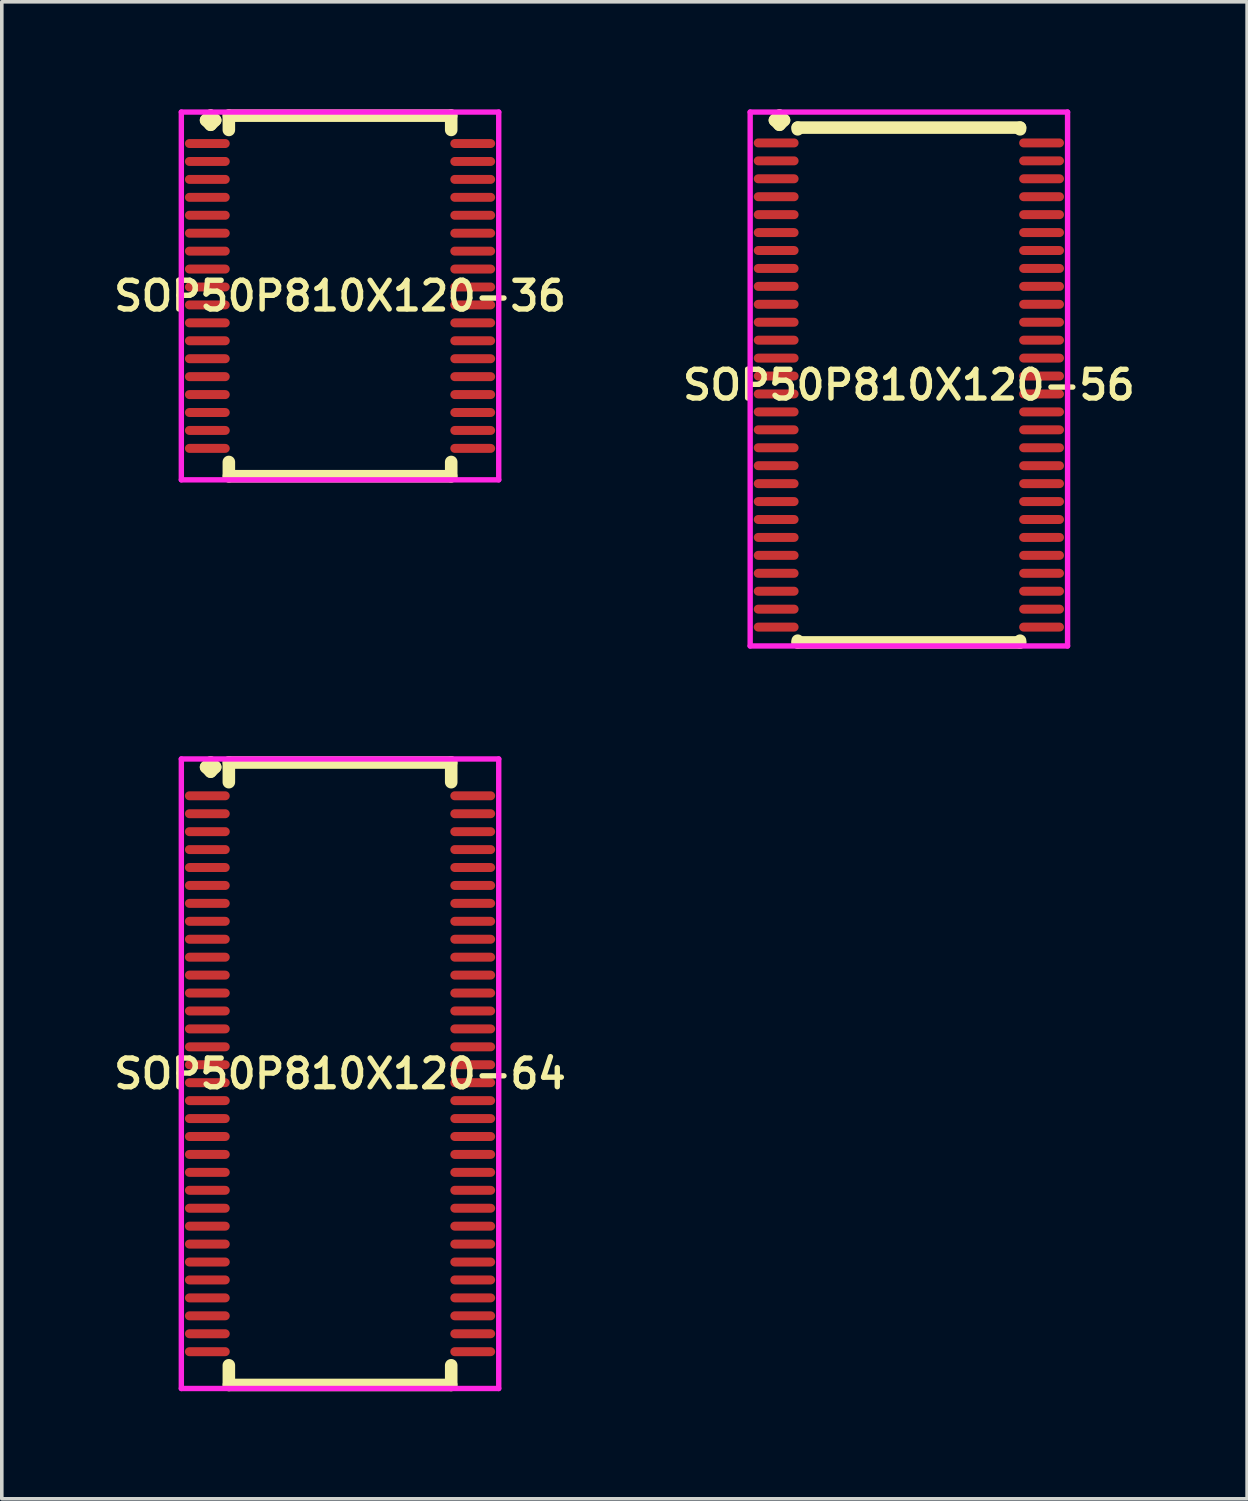
<source format=kicad_pcb>
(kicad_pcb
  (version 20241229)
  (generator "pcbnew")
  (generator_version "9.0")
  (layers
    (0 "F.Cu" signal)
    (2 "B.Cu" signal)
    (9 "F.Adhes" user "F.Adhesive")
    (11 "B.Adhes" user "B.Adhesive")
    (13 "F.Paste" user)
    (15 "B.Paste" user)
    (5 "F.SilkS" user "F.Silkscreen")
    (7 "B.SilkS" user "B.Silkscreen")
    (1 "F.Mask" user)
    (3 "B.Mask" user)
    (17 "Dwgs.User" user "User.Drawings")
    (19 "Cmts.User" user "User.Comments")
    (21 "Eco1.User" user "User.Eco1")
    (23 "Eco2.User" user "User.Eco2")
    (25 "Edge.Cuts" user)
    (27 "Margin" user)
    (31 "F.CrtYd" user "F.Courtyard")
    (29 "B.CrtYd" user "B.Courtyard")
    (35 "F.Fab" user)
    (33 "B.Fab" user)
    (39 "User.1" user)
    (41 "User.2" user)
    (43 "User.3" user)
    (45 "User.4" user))
  (footprint "SOP50P810X120-56"
    (layer "F.Cu")
    (at 22.292 7.685)
    (property "Reference" "SOP50P810X120-56" (at 0 0 0) (layer "F.SilkS") (effects (font (size 0.8 0.8) (thickness 0.15))))
    (attr smd)
    (fp_line (start -3.735 -7.383) (end -3.608 -7.51) (stroke (width 0.35) (type solid)) (layer "F.SilkS"))
    (fp_line (start -3.608 -7.51) (end -3.481 -7.383) (stroke (width 0.35) (type solid)) (layer "F.SilkS"))
    (fp_line (start -3.608 -7.256) (end -3.735 -7.383) (stroke (width 0.35) (type solid)) (layer "F.SilkS"))
    (fp_line (start -3.481 -7.383) (end -3.608 -7.256) (stroke (width 0.35) (type solid)) (layer "F.SilkS"))
    (fp_line (start -3.1 -7.177) (end 3.1 -7.177) (stroke (width 0.35) (type solid)) (layer "F.SilkS"))
    (fp_line (start -3.1 -7.129) (end -3.1 -7.177) (stroke (width 0.35) (type solid)) (layer "F.SilkS"))
    (fp_line (start -3.1 7.129) (end -3.1 7.177) (stroke (width 0.35) (type solid)) (layer "F.SilkS"))
    (fp_line (start -3.1 7.177) (end 3.1 7.177) (stroke (width 0.35) (type solid)) (layer "F.SilkS"))
    (fp_line (start 3.1 -7.177) (end 3.1 -7.129) (stroke (width 0.35) (type solid)) (layer "F.SilkS"))
    (fp_line (start 3.1 7.177) (end 3.1 7.129) (stroke (width 0.35) (type solid)) (layer "F.SilkS"))
    (fp_line (start -4.425 -7.61) (end 4.425 -7.61) (stroke (width 0.15) (type solid)) (layer "F.CrtYd"))
    (fp_line (start -4.425 7.277) (end -4.425 -7.61) (stroke (width 0.15) (type solid)) (layer "F.CrtYd"))
    (fp_line (start 4.425 -7.61) (end 4.425 7.277) (stroke (width 0.15) (type solid)) (layer "F.CrtYd"))
    (fp_line (start 4.425 7.277) (end -4.425 7.277) (stroke (width 0.15) (type solid)) (layer "F.CrtYd"))
    (pad "1" smd oval (at -3.7 -6.75) (size 1.25 0.25) (layers "F.Cu" "F.Mask" "F.Paste"))
    (pad "2" smd oval (at -3.7 -6.25) (size 1.25 0.25) (layers "F.Cu" "F.Mask" "F.Paste"))
    (pad "3" smd oval (at -3.7 -5.75) (size 1.25 0.25) (layers "F.Cu" "F.Mask" "F.Paste"))
    (pad "4" smd oval (at -3.7 -5.25) (size 1.25 0.25) (layers "F.Cu" "F.Mask" "F.Paste"))
    (pad "5" smd oval (at -3.7 -4.75) (size 1.25 0.25) (layers "F.Cu" "F.Mask" "F.Paste"))
    (pad "6" smd oval (at -3.7 -4.25) (size 1.25 0.25) (layers "F.Cu" "F.Mask" "F.Paste"))
    (pad "7" smd oval (at -3.7 -3.75) (size 1.25 0.25) (layers "F.Cu" "F.Mask" "F.Paste"))
    (pad "8" smd oval (at -3.7 -3.25) (size 1.25 0.25) (layers "F.Cu" "F.Mask" "F.Paste"))
    (pad "9" smd oval (at -3.7 -2.75) (size 1.25 0.25) (layers "F.Cu" "F.Mask" "F.Paste"))
    (pad "10" smd oval (at -3.7 -2.25) (size 1.25 0.25) (layers "F.Cu" "F.Mask" "F.Paste"))
    (pad "11" smd oval (at -3.7 -1.75) (size 1.25 0.25) (layers "F.Cu" "F.Mask" "F.Paste"))
    (pad "12" smd oval (at -3.7 -1.25) (size 1.25 0.25) (layers "F.Cu" "F.Mask" "F.Paste"))
    (pad "13" smd oval (at -3.7 -0.75) (size 1.25 0.25) (layers "F.Cu" "F.Mask" "F.Paste"))
    (pad "14" smd oval (at -3.7 -0.25) (size 1.25 0.25) (layers "F.Cu" "F.Mask" "F.Paste"))
    (pad "15" smd oval (at -3.7 0.25) (size 1.25 0.25) (layers "F.Cu" "F.Mask" "F.Paste"))
    (pad "16" smd oval (at -3.7 0.75) (size 1.25 0.25) (layers "F.Cu" "F.Mask" "F.Paste"))
    (pad "17" smd oval (at -3.7 1.25) (size 1.25 0.25) (layers "F.Cu" "F.Mask" "F.Paste"))
    (pad "18" smd oval (at -3.7 1.75) (size 1.25 0.25) (layers "F.Cu" "F.Mask" "F.Paste"))
    (pad "19" smd oval (at -3.7 2.25) (size 1.25 0.25) (layers "F.Cu" "F.Mask" "F.Paste"))
    (pad "20" smd oval (at -3.7 2.75) (size 1.25 0.25) (layers "F.Cu" "F.Mask" "F.Paste"))
    (pad "21" smd oval (at -3.7 3.25) (size 1.25 0.25) (layers "F.Cu" "F.Mask" "F.Paste"))
    (pad "22" smd oval (at -3.7 3.75) (size 1.25 0.25) (layers "F.Cu" "F.Mask" "F.Paste"))
    (pad "23" smd oval (at -3.7 4.25) (size 1.25 0.25) (layers "F.Cu" "F.Mask" "F.Paste"))
    (pad "24" smd oval (at -3.7 4.75) (size 1.25 0.25) (layers "F.Cu" "F.Mask" "F.Paste"))
    (pad "25" smd oval (at -3.7 5.25) (size 1.25 0.25) (layers "F.Cu" "F.Mask" "F.Paste"))
    (pad "26" smd oval (at -3.7 5.75) (size 1.25 0.25) (layers "F.Cu" "F.Mask" "F.Paste"))
    (pad "27" smd oval (at -3.7 6.25) (size 1.25 0.25) (layers "F.Cu" "F.Mask" "F.Paste"))
    (pad "28" smd oval (at -3.7 6.75) (size 1.25 0.25) (layers "F.Cu" "F.Mask" "F.Paste"))
    (pad "29" smd oval (at 3.7 6.75) (size 1.25 0.25) (layers "F.Cu" "F.Mask" "F.Paste"))
    (pad "30" smd oval (at 3.7 6.25) (size 1.25 0.25) (layers "F.Cu" "F.Mask" "F.Paste"))
    (pad "31" smd oval (at 3.7 5.75) (size 1.25 0.25) (layers "F.Cu" "F.Mask" "F.Paste"))
    (pad "32" smd oval (at 3.7 5.25) (size 1.25 0.25) (layers "F.Cu" "F.Mask" "F.Paste"))
    (pad "33" smd oval (at 3.7 4.75) (size 1.25 0.25) (layers "F.Cu" "F.Mask" "F.Paste"))
    (pad "34" smd oval (at 3.7 4.25) (size 1.25 0.25) (layers "F.Cu" "F.Mask" "F.Paste"))
    (pad "35" smd oval (at 3.7 3.75) (size 1.25 0.25) (layers "F.Cu" "F.Mask" "F.Paste"))
    (pad "36" smd oval (at 3.7 3.25) (size 1.25 0.25) (layers "F.Cu" "F.Mask" "F.Paste"))
    (pad "37" smd oval (at 3.7 2.75) (size 1.25 0.25) (layers "F.Cu" "F.Mask" "F.Paste"))
    (pad "38" smd oval (at 3.7 2.25) (size 1.25 0.25) (layers "F.Cu" "F.Mask" "F.Paste"))
    (pad "39" smd oval (at 3.7 1.75) (size 1.25 0.25) (layers "F.Cu" "F.Mask" "F.Paste"))
    (pad "40" smd oval (at 3.7 1.25) (size 1.25 0.25) (layers "F.Cu" "F.Mask" "F.Paste"))
    (pad "41" smd oval (at 3.7 0.75) (size 1.25 0.25) (layers "F.Cu" "F.Mask" "F.Paste"))
    (pad "42" smd oval (at 3.7 0.25) (size 1.25 0.25) (layers "F.Cu" "F.Mask" "F.Paste"))
    (pad "43" smd oval (at 3.7 -0.25) (size 1.25 0.25) (layers "F.Cu" "F.Mask" "F.Paste"))
    (pad "44" smd oval (at 3.7 -0.75) (size 1.25 0.25) (layers "F.Cu" "F.Mask" "F.Paste"))
    (pad "45" smd oval (at 3.7 -1.25) (size 1.25 0.25) (layers "F.Cu" "F.Mask" "F.Paste"))
    (pad "46" smd oval (at 3.7 -1.75) (size 1.25 0.25) (layers "F.Cu" "F.Mask" "F.Paste"))
    (pad "47" smd oval (at 3.7 -2.25) (size 1.25 0.25) (layers "F.Cu" "F.Mask" "F.Paste"))
    (pad "48" smd oval (at 3.7 -2.75) (size 1.25 0.25) (layers "F.Cu" "F.Mask" "F.Paste"))
    (pad "49" smd oval (at 3.7 -3.25) (size 1.25 0.25) (layers "F.Cu" "F.Mask" "F.Paste"))
    (pad "50" smd oval (at 3.7 -3.75) (size 1.25 0.25) (layers "F.Cu" "F.Mask" "F.Paste"))
    (pad "51" smd oval (at 3.7 -4.25) (size 1.25 0.25) (layers "F.Cu" "F.Mask" "F.Paste"))
    (pad "52" smd oval (at 3.7 -4.75) (size 1.25 0.25) (layers "F.Cu" "F.Mask" "F.Paste"))
    (pad "53" smd oval (at 3.7 -5.25) (size 1.25 0.25) (layers "F.Cu" "F.Mask" "F.Paste"))
    (pad "54" smd oval (at 3.7 -5.75) (size 1.25 0.25) (layers "F.Cu" "F.Mask" "F.Paste"))
    (pad "55" smd oval (at 3.7 -6.25) (size 1.25 0.25) (layers "F.Cu" "F.Mask" "F.Paste"))
    (pad "56" smd oval (at 3.7 -6.75) (size 1.25 0.25) (layers "F.Cu" "F.Mask" "F.Paste")))
  (footprint "SOP50P810X120-36"
    (layer "F.Cu")
    (at 6.431 5.202)
    (property "Reference" "SOP50P810X120-36" (at 0 0 0) (layer "F.SilkS") (effects (font (size 0.8 0.8) (thickness 0.15))))
    (attr smd)
    (fp_line (start -3.735 -4.9) (end -3.608 -5.027) (stroke (width 0.35) (type solid)) (layer "F.SilkS"))
    (fp_line (start -3.608 -5.027) (end -3.481 -4.9) (stroke (width 0.35) (type solid)) (layer "F.SilkS"))
    (fp_line (start -3.608 -4.773) (end -3.735 -4.9) (stroke (width 0.35) (type solid)) (layer "F.SilkS"))
    (fp_line (start -3.481 -4.9) (end -3.608 -4.773) (stroke (width 0.35) (type solid)) (layer "F.SilkS"))
    (fp_line (start -3.1 -5.027) (end 3.1 -5.027) (stroke (width 0.35) (type solid)) (layer "F.SilkS"))
    (fp_line (start -3.1 -4.629) (end -3.1 -5.027) (stroke (width 0.35) (type solid)) (layer "F.SilkS"))
    (fp_line (start -3.1 4.629) (end -3.1 5.027) (stroke (width 0.35) (type solid)) (layer "F.SilkS"))
    (fp_line (start -3.1 5.027) (end 3.1 5.027) (stroke (width 0.35) (type solid)) (layer "F.SilkS"))
    (fp_line (start 3.1 -5.027) (end 3.1 -4.629) (stroke (width 0.35) (type solid)) (layer "F.SilkS"))
    (fp_line (start 3.1 5.027) (end 3.1 4.629) (stroke (width 0.35) (type solid)) (layer "F.SilkS"))
    (fp_line (start -4.425 -5.127) (end 4.425 -5.127) (stroke (width 0.15) (type solid)) (layer "F.CrtYd"))
    (fp_line (start -4.425 5.127) (end -4.425 -5.127) (stroke (width 0.15) (type solid)) (layer "F.CrtYd"))
    (fp_line (start 4.425 -5.127) (end 4.425 5.127) (stroke (width 0.15) (type solid)) (layer "F.CrtYd"))
    (fp_line (start 4.425 5.127) (end -4.425 5.127) (stroke (width 0.15) (type solid)) (layer "F.CrtYd"))
    (pad "1" smd oval (at -3.7 -4.25) (size 1.25 0.25) (layers "F.Cu" "F.Mask" "F.Paste"))
    (pad "2" smd oval (at -3.7 -3.75) (size 1.25 0.25) (layers "F.Cu" "F.Mask" "F.Paste"))
    (pad "3" smd oval (at -3.7 -3.25) (size 1.25 0.25) (layers "F.Cu" "F.Mask" "F.Paste"))
    (pad "4" smd oval (at -3.7 -2.75) (size 1.25 0.25) (layers "F.Cu" "F.Mask" "F.Paste"))
    (pad "5" smd oval (at -3.7 -2.25) (size 1.25 0.25) (layers "F.Cu" "F.Mask" "F.Paste"))
    (pad "6" smd oval (at -3.7 -1.75) (size 1.25 0.25) (layers "F.Cu" "F.Mask" "F.Paste"))
    (pad "7" smd oval (at -3.7 -1.25) (size 1.25 0.25) (layers "F.Cu" "F.Mask" "F.Paste"))
    (pad "8" smd oval (at -3.7 -0.75) (size 1.25 0.25) (layers "F.Cu" "F.Mask" "F.Paste"))
    (pad "9" smd oval (at -3.7 -0.25) (size 1.25 0.25) (layers "F.Cu" "F.Mask" "F.Paste"))
    (pad "10" smd oval (at -3.7 0.25) (size 1.25 0.25) (layers "F.Cu" "F.Mask" "F.Paste"))
    (pad "11" smd oval (at -3.7 0.75) (size 1.25 0.25) (layers "F.Cu" "F.Mask" "F.Paste"))
    (pad "12" smd oval (at -3.7 1.25) (size 1.25 0.25) (layers "F.Cu" "F.Mask" "F.Paste"))
    (pad "13" smd oval (at -3.7 1.75) (size 1.25 0.25) (layers "F.Cu" "F.Mask" "F.Paste"))
    (pad "14" smd oval (at -3.7 2.25) (size 1.25 0.25) (layers "F.Cu" "F.Mask" "F.Paste"))
    (pad "15" smd oval (at -3.7 2.75) (size 1.25 0.25) (layers "F.Cu" "F.Mask" "F.Paste"))
    (pad "16" smd oval (at -3.7 3.25) (size 1.25 0.25) (layers "F.Cu" "F.Mask" "F.Paste"))
    (pad "17" smd oval (at -3.7 3.75) (size 1.25 0.25) (layers "F.Cu" "F.Mask" "F.Paste"))
    (pad "18" smd oval (at -3.7 4.25) (size 1.25 0.25) (layers "F.Cu" "F.Mask" "F.Paste"))
    (pad "19" smd oval (at 3.7 4.25) (size 1.25 0.25) (layers "F.Cu" "F.Mask" "F.Paste"))
    (pad "20" smd oval (at 3.7 3.75) (size 1.25 0.25) (layers "F.Cu" "F.Mask" "F.Paste"))
    (pad "21" smd oval (at 3.7 3.25) (size 1.25 0.25) (layers "F.Cu" "F.Mask" "F.Paste"))
    (pad "22" smd oval (at 3.7 2.75) (size 1.25 0.25) (layers "F.Cu" "F.Mask" "F.Paste"))
    (pad "23" smd oval (at 3.7 2.25) (size 1.25 0.25) (layers "F.Cu" "F.Mask" "F.Paste"))
    (pad "24" smd oval (at 3.7 1.75) (size 1.25 0.25) (layers "F.Cu" "F.Mask" "F.Paste"))
    (pad "25" smd oval (at 3.7 1.25) (size 1.25 0.25) (layers "F.Cu" "F.Mask" "F.Paste"))
    (pad "26" smd oval (at 3.7 0.75) (size 1.25 0.25) (layers "F.Cu" "F.Mask" "F.Paste"))
    (pad "27" smd oval (at 3.7 0.25) (size 1.25 0.25) (layers "F.Cu" "F.Mask" "F.Paste"))
    (pad "28" smd oval (at 3.7 -0.25) (size 1.25 0.25) (layers "F.Cu" "F.Mask" "F.Paste"))
    (pad "29" smd oval (at 3.7 -0.75) (size 1.25 0.25) (layers "F.Cu" "F.Mask" "F.Paste"))
    (pad "30" smd oval (at 3.7 -1.25) (size 1.25 0.25) (layers "F.Cu" "F.Mask" "F.Paste"))
    (pad "31" smd oval (at 3.7 -1.75) (size 1.25 0.25) (layers "F.Cu" "F.Mask" "F.Paste"))
    (pad "32" smd oval (at 3.7 -2.25) (size 1.25 0.25) (layers "F.Cu" "F.Mask" "F.Paste"))
    (pad "33" smd oval (at 3.7 -2.75) (size 1.25 0.25) (layers "F.Cu" "F.Mask" "F.Paste"))
    (pad "34" smd oval (at 3.7 -3.25) (size 1.25 0.25) (layers "F.Cu" "F.Mask" "F.Paste"))
    (pad "35" smd oval (at 3.7 -3.75) (size 1.25 0.25) (layers "F.Cu" "F.Mask" "F.Paste"))
    (pad "36" smd oval (at 3.7 -4.25) (size 1.25 0.25) (layers "F.Cu" "F.Mask" "F.Paste")))
  (footprint "SOP50P810X120-64"
    (layer "F.Cu")
    (at 6.431 26.889)
    (property "Reference" "SOP50P810X120-64" (at 0 0 0) (layer "F.SilkS") (effects (font (size 0.8 0.8) (thickness 0.15))))
    (attr smd)
    (fp_line (start -3.735 -8.55) (end -3.608 -8.677) (stroke (width 0.35) (type solid)) (layer "F.SilkS"))
    (fp_line (start -3.608 -8.677) (end -3.481 -8.55) (stroke (width 0.35) (type solid)) (layer "F.SilkS"))
    (fp_line (start -3.608 -8.423) (end -3.735 -8.55) (stroke (width 0.35) (type solid)) (layer "F.SilkS"))
    (fp_line (start -3.481 -8.55) (end -3.608 -8.423) (stroke (width 0.35) (type solid)) (layer "F.SilkS"))
    (fp_line (start -3.1 -8.677) (end 3.1 -8.677) (stroke (width 0.35) (type solid)) (layer "F.SilkS"))
    (fp_line (start -3.1 -8.129) (end -3.1 -8.677) (stroke (width 0.35) (type solid)) (layer "F.SilkS"))
    (fp_line (start -3.1 8.129) (end -3.1 8.677) (stroke (width 0.35) (type solid)) (layer "F.SilkS"))
    (fp_line (start -3.1 8.677) (end 3.1 8.677) (stroke (width 0.35) (type solid)) (layer "F.SilkS"))
    (fp_line (start 3.1 -8.677) (end 3.1 -8.129) (stroke (width 0.35) (type solid)) (layer "F.SilkS"))
    (fp_line (start 3.1 8.677) (end 3.1 8.129) (stroke (width 0.35) (type solid)) (layer "F.SilkS"))
    (fp_line (start -4.425 -8.777) (end 4.425 -8.777) (stroke (width 0.15) (type solid)) (layer "F.CrtYd"))
    (fp_line (start -4.425 8.777) (end -4.425 -8.777) (stroke (width 0.15) (type solid)) (layer "F.CrtYd"))
    (fp_line (start 4.425 -8.777) (end 4.425 8.777) (stroke (width 0.15) (type solid)) (layer "F.CrtYd"))
    (fp_line (start 4.425 8.777) (end -4.425 8.777) (stroke (width 0.15) (type solid)) (layer "F.CrtYd"))
    (pad "1" smd oval (at -3.7 -7.75) (size 1.25 0.25) (layers "F.Cu" "F.Mask" "F.Paste"))
    (pad "2" smd oval (at -3.7 -7.25) (size 1.25 0.25) (layers "F.Cu" "F.Mask" "F.Paste"))
    (pad "3" smd oval (at -3.7 -6.75) (size 1.25 0.25) (layers "F.Cu" "F.Mask" "F.Paste"))
    (pad "4" smd oval (at -3.7 -6.25) (size 1.25 0.25) (layers "F.Cu" "F.Mask" "F.Paste"))
    (pad "5" smd oval (at -3.7 -5.75) (size 1.25 0.25) (layers "F.Cu" "F.Mask" "F.Paste"))
    (pad "6" smd oval (at -3.7 -5.25) (size 1.25 0.25) (layers "F.Cu" "F.Mask" "F.Paste"))
    (pad "7" smd oval (at -3.7 -4.75) (size 1.25 0.25) (layers "F.Cu" "F.Mask" "F.Paste"))
    (pad "8" smd oval (at -3.7 -4.25) (size 1.25 0.25) (layers "F.Cu" "F.Mask" "F.Paste"))
    (pad "9" smd oval (at -3.7 -3.75) (size 1.25 0.25) (layers "F.Cu" "F.Mask" "F.Paste"))
    (pad "10" smd oval (at -3.7 -3.25) (size 1.25 0.25) (layers "F.Cu" "F.Mask" "F.Paste"))
    (pad "11" smd oval (at -3.7 -2.75) (size 1.25 0.25) (layers "F.Cu" "F.Mask" "F.Paste"))
    (pad "12" smd oval (at -3.7 -2.25) (size 1.25 0.25) (layers "F.Cu" "F.Mask" "F.Paste"))
    (pad "13" smd oval (at -3.7 -1.75) (size 1.25 0.25) (layers "F.Cu" "F.Mask" "F.Paste"))
    (pad "14" smd oval (at -3.7 -1.25) (size 1.25 0.25) (layers "F.Cu" "F.Mask" "F.Paste"))
    (pad "15" smd oval (at -3.7 -0.75) (size 1.25 0.25) (layers "F.Cu" "F.Mask" "F.Paste"))
    (pad "16" smd oval (at -3.7 -0.25) (size 1.25 0.25) (layers "F.Cu" "F.Mask" "F.Paste"))
    (pad "17" smd oval (at -3.7 0.25) (size 1.25 0.25) (layers "F.Cu" "F.Mask" "F.Paste"))
    (pad "18" smd oval (at -3.7 0.75) (size 1.25 0.25) (layers "F.Cu" "F.Mask" "F.Paste"))
    (pad "19" smd oval (at -3.7 1.25) (size 1.25 0.25) (layers "F.Cu" "F.Mask" "F.Paste"))
    (pad "20" smd oval (at -3.7 1.75) (size 1.25 0.25) (layers "F.Cu" "F.Mask" "F.Paste"))
    (pad "21" smd oval (at -3.7 2.25) (size 1.25 0.25) (layers "F.Cu" "F.Mask" "F.Paste"))
    (pad "22" smd oval (at -3.7 2.75) (size 1.25 0.25) (layers "F.Cu" "F.Mask" "F.Paste"))
    (pad "23" smd oval (at -3.7 3.25) (size 1.25 0.25) (layers "F.Cu" "F.Mask" "F.Paste"))
    (pad "24" smd oval (at -3.7 3.75) (size 1.25 0.25) (layers "F.Cu" "F.Mask" "F.Paste"))
    (pad "25" smd oval (at -3.7 4.25) (size 1.25 0.25) (layers "F.Cu" "F.Mask" "F.Paste"))
    (pad "26" smd oval (at -3.7 4.75) (size 1.25 0.25) (layers "F.Cu" "F.Mask" "F.Paste"))
    (pad "27" smd oval (at -3.7 5.25) (size 1.25 0.25) (layers "F.Cu" "F.Mask" "F.Paste"))
    (pad "28" smd oval (at -3.7 5.75) (size 1.25 0.25) (layers "F.Cu" "F.Mask" "F.Paste"))
    (pad "29" smd oval (at -3.7 6.25) (size 1.25 0.25) (layers "F.Cu" "F.Mask" "F.Paste"))
    (pad "30" smd oval (at -3.7 6.75) (size 1.25 0.25) (layers "F.Cu" "F.Mask" "F.Paste"))
    (pad "31" smd oval (at -3.7 7.25) (size 1.25 0.25) (layers "F.Cu" "F.Mask" "F.Paste"))
    (pad "32" smd oval (at -3.7 7.75) (size 1.25 0.25) (layers "F.Cu" "F.Mask" "F.Paste"))
    (pad "33" smd oval (at 3.7 7.75) (size 1.25 0.25) (layers "F.Cu" "F.Mask" "F.Paste"))
    (pad "34" smd oval (at 3.7 7.25) (size 1.25 0.25) (layers "F.Cu" "F.Mask" "F.Paste"))
    (pad "35" smd oval (at 3.7 6.75) (size 1.25 0.25) (layers "F.Cu" "F.Mask" "F.Paste"))
    (pad "36" smd oval (at 3.7 6.25) (size 1.25 0.25) (layers "F.Cu" "F.Mask" "F.Paste"))
    (pad "37" smd oval (at 3.7 5.75) (size 1.25 0.25) (layers "F.Cu" "F.Mask" "F.Paste"))
    (pad "38" smd oval (at 3.7 5.25) (size 1.25 0.25) (layers "F.Cu" "F.Mask" "F.Paste"))
    (pad "39" smd oval (at 3.7 4.75) (size 1.25 0.25) (layers "F.Cu" "F.Mask" "F.Paste"))
    (pad "40" smd oval (at 3.7 4.25) (size 1.25 0.25) (layers "F.Cu" "F.Mask" "F.Paste"))
    (pad "41" smd oval (at 3.7 3.75) (size 1.25 0.25) (layers "F.Cu" "F.Mask" "F.Paste"))
    (pad "42" smd oval (at 3.7 3.25) (size 1.25 0.25) (layers "F.Cu" "F.Mask" "F.Paste"))
    (pad "43" smd oval (at 3.7 2.75) (size 1.25 0.25) (layers "F.Cu" "F.Mask" "F.Paste"))
    (pad "44" smd oval (at 3.7 2.25) (size 1.25 0.25) (layers "F.Cu" "F.Mask" "F.Paste"))
    (pad "45" smd oval (at 3.7 1.75) (size 1.25 0.25) (layers "F.Cu" "F.Mask" "F.Paste"))
    (pad "46" smd oval (at 3.7 1.25) (size 1.25 0.25) (layers "F.Cu" "F.Mask" "F.Paste"))
    (pad "47" smd oval (at 3.7 0.75) (size 1.25 0.25) (layers "F.Cu" "F.Mask" "F.Paste"))
    (pad "48" smd oval (at 3.7 0.25) (size 1.25 0.25) (layers "F.Cu" "F.Mask" "F.Paste"))
    (pad "49" smd oval (at 3.7 -0.25) (size 1.25 0.25) (layers "F.Cu" "F.Mask" "F.Paste"))
    (pad "50" smd oval (at 3.7 -0.75) (size 1.25 0.25) (layers "F.Cu" "F.Mask" "F.Paste"))
    (pad "51" smd oval (at 3.7 -1.25) (size 1.25 0.25) (layers "F.Cu" "F.Mask" "F.Paste"))
    (pad "52" smd oval (at 3.7 -1.75) (size 1.25 0.25) (layers "F.Cu" "F.Mask" "F.Paste"))
    (pad "53" smd oval (at 3.7 -2.25) (size 1.25 0.25) (layers "F.Cu" "F.Mask" "F.Paste"))
    (pad "54" smd oval (at 3.7 -2.75) (size 1.25 0.25) (layers "F.Cu" "F.Mask" "F.Paste"))
    (pad "55" smd oval (at 3.7 -3.25) (size 1.25 0.25) (layers "F.Cu" "F.Mask" "F.Paste"))
    (pad "56" smd oval (at 3.7 -3.75) (size 1.25 0.25) (layers "F.Cu" "F.Mask" "F.Paste"))
    (pad "57" smd oval (at 3.7 -4.25) (size 1.25 0.25) (layers "F.Cu" "F.Mask" "F.Paste"))
    (pad "58" smd oval (at 3.7 -4.75) (size 1.25 0.25) (layers "F.Cu" "F.Mask" "F.Paste"))
    (pad "59" smd oval (at 3.7 -5.25) (size 1.25 0.25) (layers "F.Cu" "F.Mask" "F.Paste"))
    (pad "60" smd oval (at 3.7 -5.75) (size 1.25 0.25) (layers "F.Cu" "F.Mask" "F.Paste"))
    (pad "61" smd oval (at 3.7 -6.25) (size 1.25 0.25) (layers "F.Cu" "F.Mask" "F.Paste"))
    (pad "62" smd oval (at 3.7 -6.75) (size 1.25 0.25) (layers "F.Cu" "F.Mask" "F.Paste"))
    (pad "63" smd oval (at 3.7 -7.25) (size 1.25 0.25) (layers "F.Cu" "F.Mask" "F.Paste"))
    (pad "64" smd oval (at 3.7 -7.75) (size 1.25 0.25) (layers "F.Cu" "F.Mask" "F.Paste")))
  (gr_rect
    (start -3 -3)
    (end 31.723 38.741)
    (stroke (width 0.1) (type default))
    (fill no)
    (layer "Edge.Cuts")))
</source>
